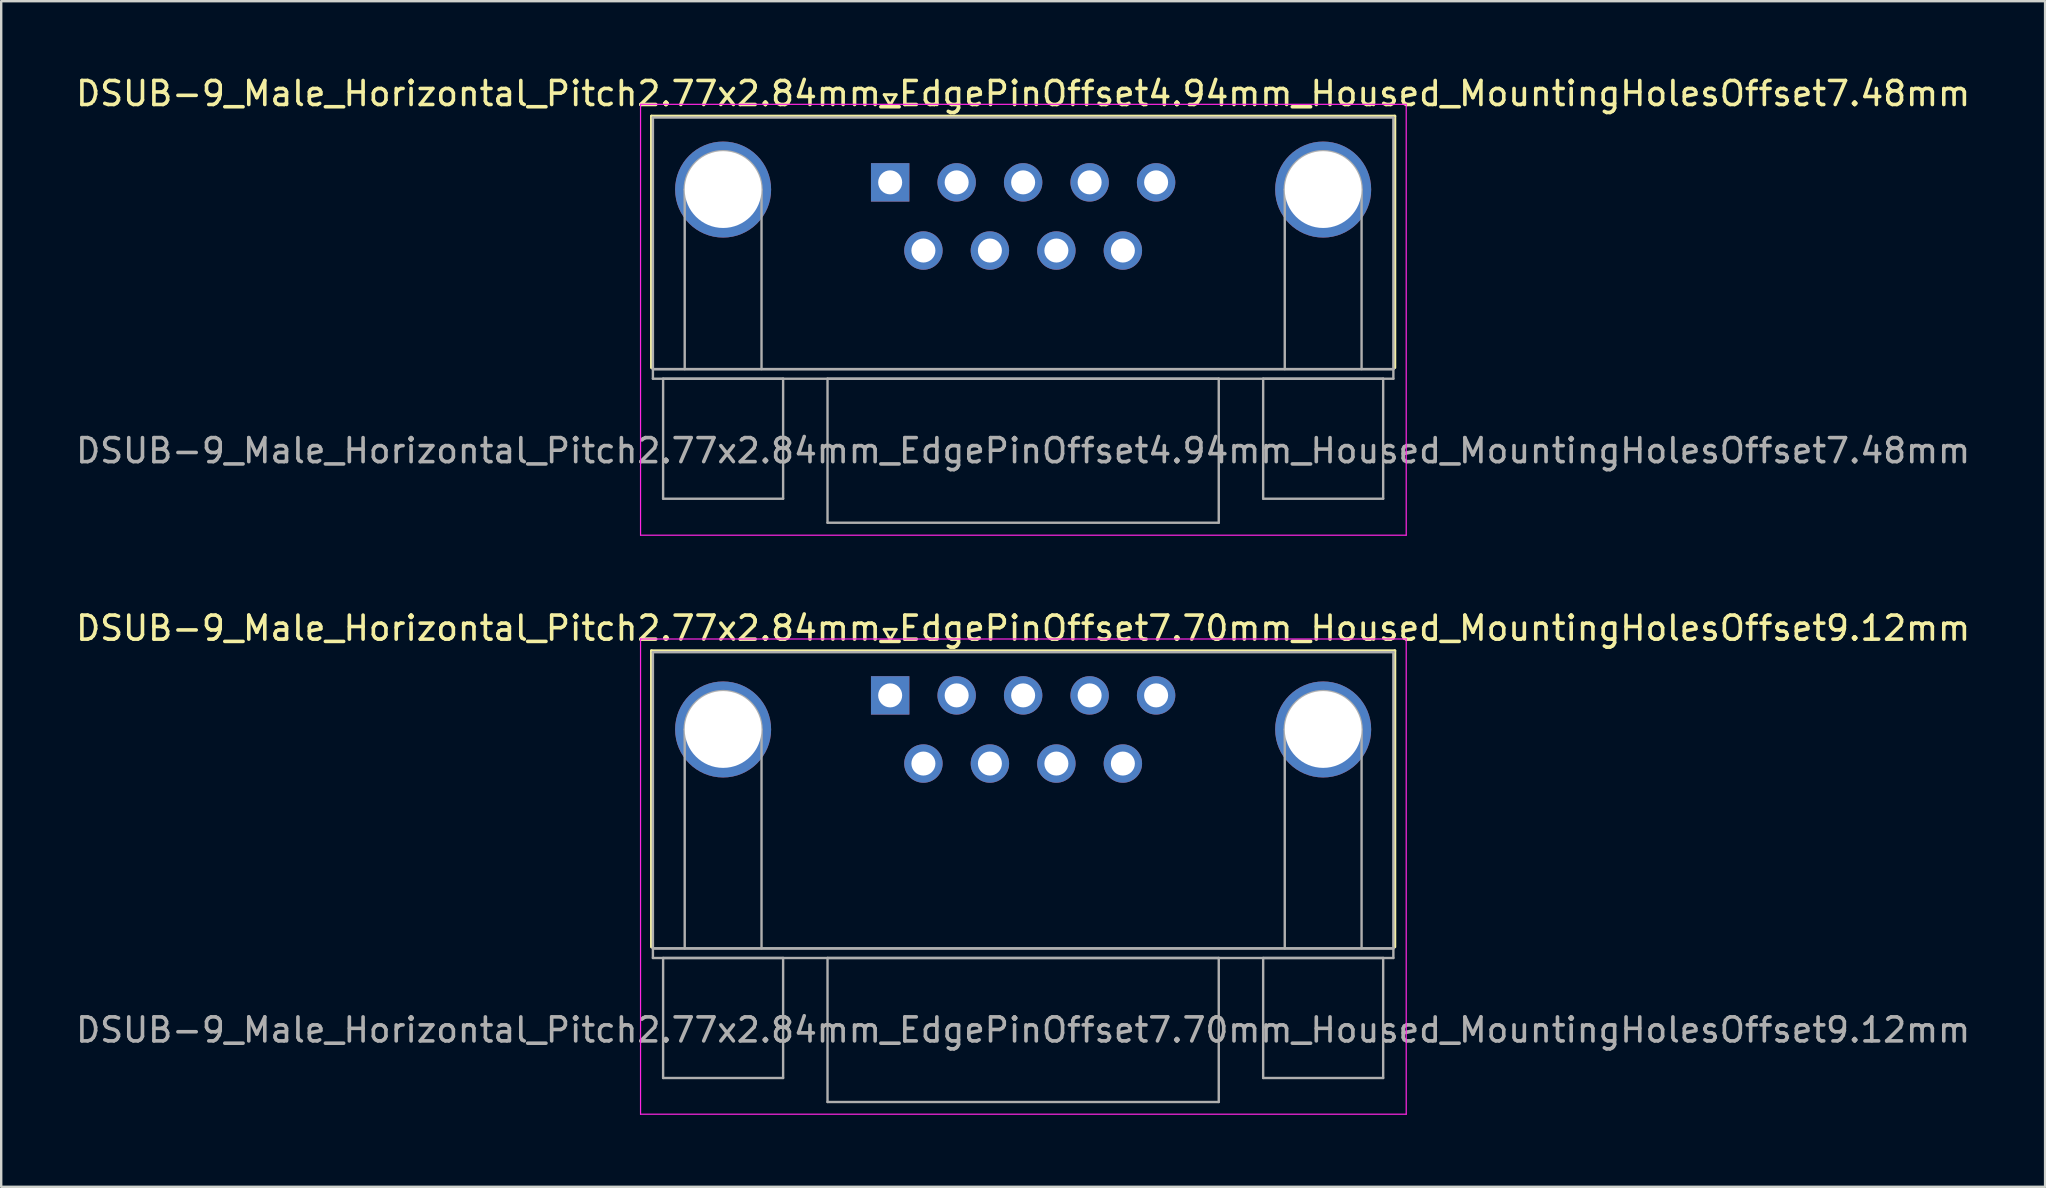
<source format=kicad_pcb>
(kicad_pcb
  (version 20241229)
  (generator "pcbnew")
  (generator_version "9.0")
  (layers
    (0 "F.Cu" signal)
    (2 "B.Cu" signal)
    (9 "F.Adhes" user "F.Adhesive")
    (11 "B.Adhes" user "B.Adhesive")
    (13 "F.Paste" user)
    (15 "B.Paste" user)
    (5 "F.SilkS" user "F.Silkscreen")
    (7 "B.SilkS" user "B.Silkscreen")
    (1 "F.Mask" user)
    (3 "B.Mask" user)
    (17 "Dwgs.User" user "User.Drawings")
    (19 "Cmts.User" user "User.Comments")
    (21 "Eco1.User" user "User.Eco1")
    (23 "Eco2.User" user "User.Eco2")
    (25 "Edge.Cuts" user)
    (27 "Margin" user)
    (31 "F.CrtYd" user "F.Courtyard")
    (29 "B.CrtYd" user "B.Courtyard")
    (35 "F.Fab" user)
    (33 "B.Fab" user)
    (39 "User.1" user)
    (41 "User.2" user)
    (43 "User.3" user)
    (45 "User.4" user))
  (footprint "DSUB-9_Male_Horizontal_Pitch2.77x2.84mm_EdgePinOffset4.94mm_Housed_MountingHolesOffset7.48mm"
    (layer "F.Cu")
    (at 34.037 4.548)
    (property "Reference" "DSUB-9_Male_Horizontal_Pitch2.77x2.84mm_EdgePinOffset4.94mm_Housed_MountingHolesOffset7.48mm" (at 5.54 -3.7 0) (layer "F.SilkS") (effects (font (size 1 1) (thickness 0.15))))
    (attr through_hole)
    (fp_line (start -9.945 -2.76) (end 21.025 -2.76) (stroke (width 0.12) (type solid)) (layer "F.SilkS"))
    (fp_line (start -9.945 7.72) (end -9.945 -2.76) (stroke (width 0.12) (type solid)) (layer "F.SilkS"))
    (fp_line (start -0.25 -3.654) (end 0.25 -3.654) (stroke (width 0.12) (type solid)) (layer "F.SilkS"))
    (fp_line (start 0 -3.221) (end -0.25 -3.654) (stroke (width 0.12) (type solid)) (layer "F.SilkS"))
    (fp_line (start 0.25 -3.654) (end 0 -3.221) (stroke (width 0.12) (type solid)) (layer "F.SilkS"))
    (fp_line (start 21.025 -2.76) (end 21.025 7.72) (stroke (width 0.12) (type solid)) (layer "F.SilkS"))
    (fp_line (start -10.4 -3.25) (end -10.4 14.7) (stroke (width 0.05) (type solid)) (layer "F.CrtYd"))
    (fp_line (start -10.4 14.7) (end 21.5 14.7) (stroke (width 0.05) (type solid)) (layer "F.CrtYd"))
    (fp_line (start 21.5 -3.25) (end -10.4 -3.25) (stroke (width 0.05) (type solid)) (layer "F.CrtYd"))
    (fp_line (start 21.5 14.7) (end 21.5 -3.25) (stroke (width 0.05) (type solid)) (layer "F.CrtYd"))
    (fp_line (start -9.885 -2.7) (end -9.885 7.78) (stroke (width 0.1) (type solid)) (layer "F.Fab"))
    (fp_line (start -9.885 7.78) (end -9.885 8.18) (stroke (width 0.1) (type solid)) (layer "F.Fab"))
    (fp_line (start -9.885 7.78) (end 20.965 7.78) (stroke (width 0.1) (type solid)) (layer "F.Fab"))
    (fp_line (start -9.885 8.18) (end 20.965 8.18) (stroke (width 0.1) (type solid)) (layer "F.Fab"))
    (fp_line (start -9.46 8.18) (end -9.46 13.18) (stroke (width 0.1) (type solid)) (layer "F.Fab"))
    (fp_line (start -9.46 13.18) (end -4.46 13.18) (stroke (width 0.1) (type solid)) (layer "F.Fab"))
    (fp_line (start -8.56 7.78) (end -8.56 0.3) (stroke (width 0.1) (type solid)) (layer "F.Fab"))
    (fp_line (start -5.36 7.78) (end -5.36 0.3) (stroke (width 0.1) (type solid)) (layer "F.Fab"))
    (fp_line (start -4.46 8.18) (end -9.46 8.18) (stroke (width 0.1) (type solid)) (layer "F.Fab"))
    (fp_line (start -4.46 13.18) (end -4.46 8.18) (stroke (width 0.1) (type solid)) (layer "F.Fab"))
    (fp_line (start -2.61 8.18) (end -2.61 14.18) (stroke (width 0.1) (type solid)) (layer "F.Fab"))
    (fp_line (start -2.61 14.18) (end 13.69 14.18) (stroke (width 0.1) (type solid)) (layer "F.Fab"))
    (fp_line (start 13.69 8.18) (end -2.61 8.18) (stroke (width 0.1) (type solid)) (layer "F.Fab"))
    (fp_line (start 13.69 14.18) (end 13.69 8.18) (stroke (width 0.1) (type solid)) (layer "F.Fab"))
    (fp_line (start 15.54 8.18) (end 15.54 13.18) (stroke (width 0.1) (type solid)) (layer "F.Fab"))
    (fp_line (start 15.54 13.18) (end 20.54 13.18) (stroke (width 0.1) (type solid)) (layer "F.Fab"))
    (fp_line (start 16.44 7.78) (end 16.44 0.3) (stroke (width 0.1) (type solid)) (layer "F.Fab"))
    (fp_line (start 19.64 7.78) (end 19.64 0.3) (stroke (width 0.1) (type solid)) (layer "F.Fab"))
    (fp_line (start 20.54 8.18) (end 15.54 8.18) (stroke (width 0.1) (type solid)) (layer "F.Fab"))
    (fp_line (start 20.54 13.18) (end 20.54 8.18) (stroke (width 0.1) (type solid)) (layer "F.Fab"))
    (fp_line (start 20.965 -2.7) (end -9.885 -2.7) (stroke (width 0.1) (type solid)) (layer "F.Fab"))
    (fp_line (start 20.965 7.78) (end -9.885 7.78) (stroke (width 0.1) (type solid)) (layer "F.Fab"))
    (fp_line (start 20.965 7.78) (end 20.965 -2.7) (stroke (width 0.1) (type solid)) (layer "F.Fab"))
    (fp_line (start 20.965 8.18) (end 20.965 7.78) (stroke (width 0.1) (type solid)) (layer "F.Fab"))
    (fp_arc (start -8.56 0.3) (mid -6.96 -1.3) (end -5.36 0.3) (stroke (width 0.1) (type solid)) (layer "F.Fab"))
    (fp_arc (start 16.44 0.3) (mid 18.04 -1.3) (end 19.64 0.3) (stroke (width 0.1) (type solid)) (layer "F.Fab"))
    (fp_text user "${REFERENCE}" (at 5.54 11.18 0) (layer "F.Fab") (effects (font (size 1 1) (thickness 0.15))))
    (pad "0" thru_hole circle (at -6.96 0.3) (size 4 4) (drill 3.2) (layers "*.Cu" "*.Mask"))
    (pad "0" thru_hole circle (at 18.04 0.3) (size 4 4) (drill 3.2) (layers "*.Cu" "*.Mask"))
    (pad "1" thru_hole rect (at 0 0) (size 1.6 1.6) (drill 1) (layers "*.Cu" "*.Mask"))
    (pad "2" thru_hole circle (at 2.77 0) (size 1.6 1.6) (drill 1) (layers "*.Cu" "*.Mask"))
    (pad "3" thru_hole circle (at 5.54 0) (size 1.6 1.6) (drill 1) (layers "*.Cu" "*.Mask"))
    (pad "4" thru_hole circle (at 8.31 0) (size 1.6 1.6) (drill 1) (layers "*.Cu" "*.Mask"))
    (pad "5" thru_hole circle (at 11.08 0) (size 1.6 1.6) (drill 1) (layers "*.Cu" "*.Mask"))
    (pad "6" thru_hole circle (at 1.385 2.84) (size 1.6 1.6) (drill 1) (layers "*.Cu" "*.Mask"))
    (pad "7" thru_hole circle (at 4.155 2.84) (size 1.6 1.6) (drill 1) (layers "*.Cu" "*.Mask"))
    (pad "8" thru_hole circle (at 6.925 2.84) (size 1.6 1.6) (drill 1) (layers "*.Cu" "*.Mask"))
    (pad "9" thru_hole circle (at 9.695 2.84) (size 1.6 1.6) (drill 1) (layers "*.Cu" "*.Mask")))
  (footprint "DSUB-9_Male_Horizontal_Pitch2.77x2.84mm_EdgePinOffset7.70mm_Housed_MountingHolesOffset9.12mm"
    (layer "F.Cu")
    (at 34.037 25.922)
    (property "Reference" "DSUB-9_Male_Horizontal_Pitch2.77x2.84mm_EdgePinOffset7.70mm_Housed_MountingHolesOffset9.12mm" (at 5.54 -2.8 0) (layer "F.SilkS") (effects (font (size 1 1) (thickness 0.15))))
    (attr through_hole)
    (fp_line (start -9.945 -1.86) (end 21.025 -1.86) (stroke (width 0.12) (type solid)) (layer "F.SilkS"))
    (fp_line (start -9.945 10.48) (end -9.945 -1.86) (stroke (width 0.12) (type solid)) (layer "F.SilkS"))
    (fp_line (start -0.25 -2.754) (end 0.25 -2.754) (stroke (width 0.12) (type solid)) (layer "F.SilkS"))
    (fp_line (start 0 -2.321) (end -0.25 -2.754) (stroke (width 0.12) (type solid)) (layer "F.SilkS"))
    (fp_line (start 0.25 -2.754) (end 0 -2.321) (stroke (width 0.12) (type solid)) (layer "F.SilkS"))
    (fp_line (start 21.025 -1.86) (end 21.025 10.48) (stroke (width 0.12) (type solid)) (layer "F.SilkS"))
    (fp_line (start -10.4 -2.35) (end -10.4 17.45) (stroke (width 0.05) (type solid)) (layer "F.CrtYd"))
    (fp_line (start -10.4 17.45) (end 21.5 17.45) (stroke (width 0.05) (type solid)) (layer "F.CrtYd"))
    (fp_line (start 21.5 -2.35) (end -10.4 -2.35) (stroke (width 0.05) (type solid)) (layer "F.CrtYd"))
    (fp_line (start 21.5 17.45) (end 21.5 -2.35) (stroke (width 0.05) (type solid)) (layer "F.CrtYd"))
    (fp_line (start -9.885 -1.8) (end -9.885 10.54) (stroke (width 0.1) (type solid)) (layer "F.Fab"))
    (fp_line (start -9.885 10.54) (end -9.885 10.94) (stroke (width 0.1) (type solid)) (layer "F.Fab"))
    (fp_line (start -9.885 10.54) (end 20.965 10.54) (stroke (width 0.1) (type solid)) (layer "F.Fab"))
    (fp_line (start -9.885 10.94) (end 20.965 10.94) (stroke (width 0.1) (type solid)) (layer "F.Fab"))
    (fp_line (start -9.46 10.94) (end -9.46 15.94) (stroke (width 0.1) (type solid)) (layer "F.Fab"))
    (fp_line (start -9.46 15.94) (end -4.46 15.94) (stroke (width 0.1) (type solid)) (layer "F.Fab"))
    (fp_line (start -8.56 10.54) (end -8.56 1.42) (stroke (width 0.1) (type solid)) (layer "F.Fab"))
    (fp_line (start -5.36 10.54) (end -5.36 1.42) (stroke (width 0.1) (type solid)) (layer "F.Fab"))
    (fp_line (start -4.46 10.94) (end -9.46 10.94) (stroke (width 0.1) (type solid)) (layer "F.Fab"))
    (fp_line (start -4.46 15.94) (end -4.46 10.94) (stroke (width 0.1) (type solid)) (layer "F.Fab"))
    (fp_line (start -2.61 10.94) (end -2.61 16.94) (stroke (width 0.1) (type solid)) (layer "F.Fab"))
    (fp_line (start -2.61 16.94) (end 13.69 16.94) (stroke (width 0.1) (type solid)) (layer "F.Fab"))
    (fp_line (start 13.69 10.94) (end -2.61 10.94) (stroke (width 0.1) (type solid)) (layer "F.Fab"))
    (fp_line (start 13.69 16.94) (end 13.69 10.94) (stroke (width 0.1) (type solid)) (layer "F.Fab"))
    (fp_line (start 15.54 10.94) (end 15.54 15.94) (stroke (width 0.1) (type solid)) (layer "F.Fab"))
    (fp_line (start 15.54 15.94) (end 20.54 15.94) (stroke (width 0.1) (type solid)) (layer "F.Fab"))
    (fp_line (start 16.44 10.54) (end 16.44 1.42) (stroke (width 0.1) (type solid)) (layer "F.Fab"))
    (fp_line (start 19.64 10.54) (end 19.64 1.42) (stroke (width 0.1) (type solid)) (layer "F.Fab"))
    (fp_line (start 20.54 10.94) (end 15.54 10.94) (stroke (width 0.1) (type solid)) (layer "F.Fab"))
    (fp_line (start 20.54 15.94) (end 20.54 10.94) (stroke (width 0.1) (type solid)) (layer "F.Fab"))
    (fp_line (start 20.965 -1.8) (end -9.885 -1.8) (stroke (width 0.1) (type solid)) (layer "F.Fab"))
    (fp_line (start 20.965 10.54) (end -9.885 10.54) (stroke (width 0.1) (type solid)) (layer "F.Fab"))
    (fp_line (start 20.965 10.54) (end 20.965 -1.8) (stroke (width 0.1) (type solid)) (layer "F.Fab"))
    (fp_line (start 20.965 10.94) (end 20.965 10.54) (stroke (width 0.1) (type solid)) (layer "F.Fab"))
    (fp_arc (start -8.56 1.42) (mid -6.96 -0.18) (end -5.36 1.42) (stroke (width 0.1) (type solid)) (layer "F.Fab"))
    (fp_arc (start 16.44 1.42) (mid 18.04 -0.18) (end 19.64 1.42) (stroke (width 0.1) (type solid)) (layer "F.Fab"))
    (fp_text user "${REFERENCE}" (at 5.54 13.94 0) (layer "F.Fab") (effects (font (size 1 1) (thickness 0.15))))
    (pad "0" thru_hole circle (at -6.96 1.42) (size 4 4) (drill 3.2) (layers "*.Cu" "*.Mask"))
    (pad "0" thru_hole circle (at 18.04 1.42) (size 4 4) (drill 3.2) (layers "*.Cu" "*.Mask"))
    (pad "1" thru_hole rect (at 0 0) (size 1.6 1.6) (drill 1) (layers "*.Cu" "*.Mask"))
    (pad "2" thru_hole circle (at 2.77 0) (size 1.6 1.6) (drill 1) (layers "*.Cu" "*.Mask"))
    (pad "3" thru_hole circle (at 5.54 0) (size 1.6 1.6) (drill 1) (layers "*.Cu" "*.Mask"))
    (pad "4" thru_hole circle (at 8.31 0) (size 1.6 1.6) (drill 1) (layers "*.Cu" "*.Mask"))
    (pad "5" thru_hole circle (at 11.08 0) (size 1.6 1.6) (drill 1) (layers "*.Cu" "*.Mask"))
    (pad "6" thru_hole circle (at 1.385 2.84) (size 1.6 1.6) (drill 1) (layers "*.Cu" "*.Mask"))
    (pad "7" thru_hole circle (at 4.155 2.84) (size 1.6 1.6) (drill 1) (layers "*.Cu" "*.Mask"))
    (pad "8" thru_hole circle (at 6.925 2.84) (size 1.6 1.6) (drill 1) (layers "*.Cu" "*.Mask"))
    (pad "9" thru_hole circle (at 9.695 2.84) (size 1.6 1.6) (drill 1) (layers "*.Cu" "*.Mask")))
  (gr_rect
    (start -3 -3)
    (end 82.155 46.397)
    (stroke (width 0.1) (type default))
    (fill no)
    (layer "Edge.Cuts")))
</source>
